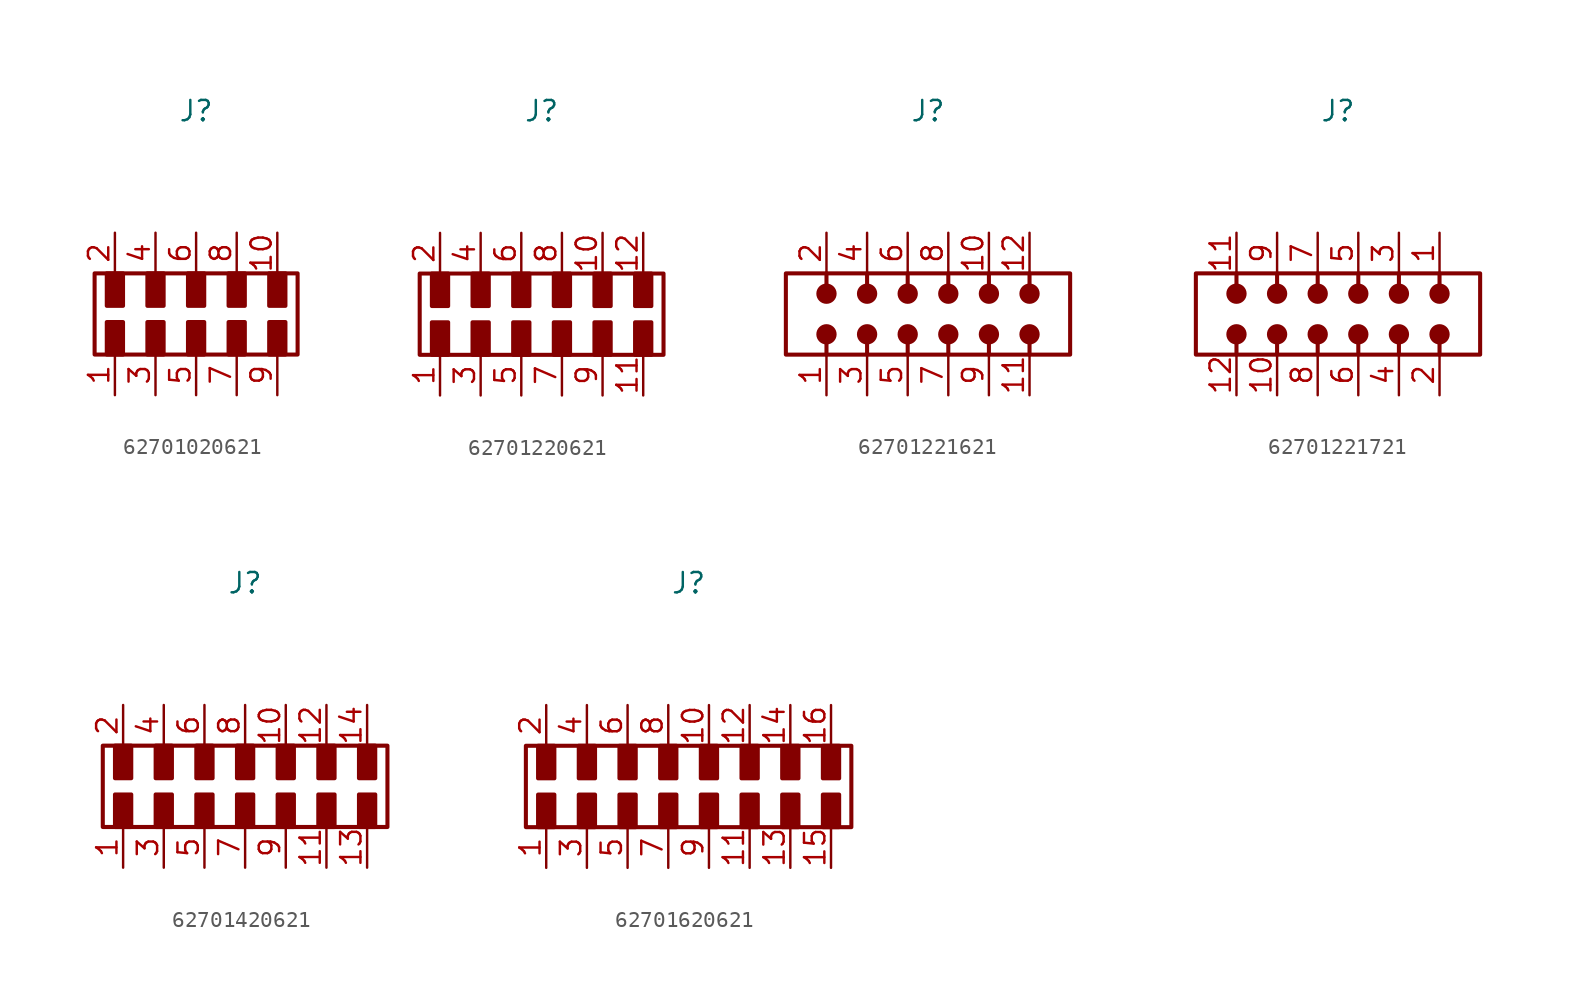
<source format=kicad_sym>
(kicad_symbol_lib
  (version 20241209)
  (generator "kicad_symbol_editor")
  (generator_version "9.0")
  (symbol "62701020621"
    (pin_names
      (hide yes))
    (property "Reference" "J"
      (at 0 12.7 0)
      (effects (font (size 1.27 1.27))))
    (symbol "62701020621_1_1"
      (rectangle (start -6.35 2.54) (end 6.35 -2.54) (stroke (width 0.254) (type solid)) (fill (type none)))
      (rectangle (start -5.588 2.54) (end -4.572 0.508) (stroke (width 0.254) (type solid)) (fill (type outline)))
      (rectangle (start -5.588 -0.508) (end -4.572 -2.54) (stroke (width 0.254) (type solid)) (fill (type outline)))
      (rectangle (start -3.048 2.54) (end -2.032 0.508) (stroke (width 0.254) (type solid)) (fill (type outline)))
      (rectangle (start -3.048 -0.508) (end -2.032 -2.54) (stroke (width 0.254) (type solid)) (fill (type outline)))
      (rectangle (start -0.508 2.54) (end 0.508 0.508) (stroke (width 0.254) (type solid)) (fill (type outline)))
      (rectangle (start -0.508 -0.508) (end 0.508 -2.54) (stroke (width 0.254) (type solid)) (fill (type outline)))
      (rectangle (start 2.032 2.54) (end 3.048 0.508) (stroke (width 0.254) (type solid)) (fill (type outline)))
      (rectangle (start 2.032 -0.508) (end 3.048 -2.54) (stroke (width 0.254) (type solid)) (fill (type outline)))
      (rectangle (start 4.572 2.54) (end 5.588 0.508) (stroke (width 0.254) (type solid)) (fill (type outline)))
      (rectangle (start 4.572 -0.508) (end 5.588 -2.54) (stroke (width 0.254) (type solid)) (fill (type outline)))
      (pin passive line (at -5.08 5.08 270) (length 2.54) (name "2" (effects (font (size 1.27 1.27)))) (number "2" (effects (font (size 1.27 1.27)))))
      (pin passive line (at -5.08 -5.08 90) (length 2.54) (name "1" (effects (font (size 1.27 1.27)))) (number "1" (effects (font (size 1.27 1.27)))))
      (pin passive line (at -2.54 5.08 270) (length 2.54) (name "4" (effects (font (size 1.27 1.27)))) (number "4" (effects (font (size 1.27 1.27)))))
      (pin passive line (at -2.54 -5.08 90) (length 2.54) (name "3" (effects (font (size 1.27 1.27)))) (number "3" (effects (font (size 1.27 1.27)))))
      (pin passive line (at 0 5.08 270) (length 2.54) (name "6" (effects (font (size 1.27 1.27)))) (number "6" (effects (font (size 1.27 1.27)))))
      (pin passive line (at 0 -5.08 90) (length 2.54) (name "5" (effects (font (size 1.27 1.27)))) (number "5" (effects (font (size 1.27 1.27)))))
      (pin passive line (at 2.54 5.08 270) (length 2.54) (name "8" (effects (font (size 1.27 1.27)))) (number "8" (effects (font (size 1.27 1.27)))))
      (pin passive line (at 2.54 -5.08 90) (length 2.54) (name "7" (effects (font (size 1.27 1.27)))) (number "7" (effects (font (size 1.27 1.27)))))
      (pin passive line (at 5.08 5.08 270) (length 2.54) (name "10" (effects (font (size 1.27 1.27)))) (number "10" (effects (font (size 1.27 1.27)))))
      (pin passive line (at 5.08 -5.08 90) (length 2.54) (name "9" (effects (font (size 1.27 1.27)))) (number "9" (effects (font (size 1.27 1.27)))))))
  (symbol "62701220621"
    (pin_names
      (hide yes))
    (property "Reference" "J"
      (at 0 12.7 0)
      (effects (font (size 1.27 1.27))))
    (symbol "62701220621_1_1"
      (rectangle (start -7.62 2.54) (end 7.62 -2.54) (stroke (width 0.254) (type solid)) (fill (type none)))
      (rectangle (start -6.858 2.54) (end -5.842 0.508) (stroke (width 0.254) (type solid)) (fill (type outline)))
      (rectangle (start -6.858 -0.508) (end -5.842 -2.54) (stroke (width 0.254) (type solid)) (fill (type outline)))
      (rectangle (start -4.318 2.54) (end -3.302 0.508) (stroke (width 0.254) (type solid)) (fill (type outline)))
      (rectangle (start -4.318 -0.508) (end -3.302 -2.54) (stroke (width 0.254) (type solid)) (fill (type outline)))
      (rectangle (start -1.778 2.54) (end -0.762 0.508) (stroke (width 0.254) (type solid)) (fill (type outline)))
      (rectangle (start -1.778 -0.508) (end -0.762 -2.54) (stroke (width 0.254) (type solid)) (fill (type outline)))
      (rectangle (start 0.762 2.54) (end 1.778 0.508) (stroke (width 0.254) (type solid)) (fill (type outline)))
      (rectangle (start 0.762 -0.508) (end 1.778 -2.54) (stroke (width 0.254) (type solid)) (fill (type outline)))
      (rectangle (start 3.302 2.54) (end 4.318 0.508) (stroke (width 0.254) (type solid)) (fill (type outline)))
      (rectangle (start 3.302 -0.508) (end 4.318 -2.54) (stroke (width 0.254) (type solid)) (fill (type outline)))
      (rectangle (start 5.842 2.54) (end 6.858 0.508) (stroke (width 0.254) (type solid)) (fill (type outline)))
      (rectangle (start 5.842 -0.508) (end 6.858 -2.54) (stroke (width 0.254) (type solid)) (fill (type outline)))
      (pin passive line (at -6.35 5.08 270) (length 2.54) (name "2" (effects (font (size 1.27 1.27)))) (number "2" (effects (font (size 1.27 1.27)))))
      (pin passive line (at -6.35 -5.08 90) (length 2.54) (name "1" (effects (font (size 1.27 1.27)))) (number "1" (effects (font (size 1.27 1.27)))))
      (pin passive line (at -3.81 5.08 270) (length 2.54) (name "4" (effects (font (size 1.27 1.27)))) (number "4" (effects (font (size 1.27 1.27)))))
      (pin passive line (at -3.81 -5.08 90) (length 2.54) (name "3" (effects (font (size 1.27 1.27)))) (number "3" (effects (font (size 1.27 1.27)))))
      (pin passive line (at -1.27 5.08 270) (length 2.54) (name "6" (effects (font (size 1.27 1.27)))) (number "6" (effects (font (size 1.27 1.27)))))
      (pin passive line (at -1.27 -5.08 90) (length 2.54) (name "5" (effects (font (size 1.27 1.27)))) (number "5" (effects (font (size 1.27 1.27)))))
      (pin passive line (at 1.27 5.08 270) (length 2.54) (name "8" (effects (font (size 1.27 1.27)))) (number "8" (effects (font (size 1.27 1.27)))))
      (pin passive line (at 1.27 -5.08 90) (length 2.54) (name "7" (effects (font (size 1.27 1.27)))) (number "7" (effects (font (size 1.27 1.27)))))
      (pin passive line (at 3.81 5.08 270) (length 2.54) (name "10" (effects (font (size 1.27 1.27)))) (number "10" (effects (font (size 1.27 1.27)))))
      (pin passive line (at 3.81 -5.08 90) (length 2.54) (name "9" (effects (font (size 1.27 1.27)))) (number "9" (effects (font (size 1.27 1.27)))))
      (pin passive line (at 6.35 5.08 270) (length 2.54) (name "12" (effects (font (size 1.27 1.27)))) (number "12" (effects (font (size 1.27 1.27)))))
      (pin passive line (at 6.35 -5.08 90) (length 2.54) (name "11" (effects (font (size 1.27 1.27)))) (number "11" (effects (font (size 1.27 1.27)))))))
  (symbol "62701221621"
    (pin_names
      (hide yes))
    (property "Reference" "J"
      (at 0 12.7 0)
      (effects (font (size 1.27 1.27))))
    (symbol "62701221621_1_1"
      (polyline (pts (xy -6.35 1.778) (xy -6.35 2.54)) (stroke (width 0.254) (type solid)) (fill (type none)))
      (circle (center -6.35 1.27) (radius 0.508) (stroke (width 0.254) (type solid)) (fill (type outline)))
      (circle (center -6.35 -1.27) (radius 0.508) (stroke (width 0.254) (type solid)) (fill (type outline)))
      (polyline (pts (xy -6.35 -1.778) (xy -6.35 -2.54)) (stroke (width 0.254) (type solid)) (fill (type none)))
      (polyline (pts (xy -3.81 1.778) (xy -3.81 2.54)) (stroke (width 0.254) (type solid)) (fill (type none)))
      (circle (center -3.81 1.27) (radius 0.508) (stroke (width 0.254) (type solid)) (fill (type outline)))
      (circle (center -3.81 -1.27) (radius 0.508) (stroke (width 0.254) (type solid)) (fill (type outline)))
      (polyline (pts (xy -3.81 -1.778) (xy -3.81 -2.54)) (stroke (width 0.254) (type solid)) (fill (type none)))
      (polyline (pts (xy -1.27 1.778) (xy -1.27 2.54)) (stroke (width 0.254) (type solid)) (fill (type none)))
      (circle (center -1.27 1.27) (radius 0.508) (stroke (width 0.254) (type solid)) (fill (type outline)))
      (circle (center -1.27 -1.27) (radius 0.508) (stroke (width 0.254) (type solid)) (fill (type outline)))
      (polyline (pts (xy -1.27 -1.778) (xy -1.27 -2.54)) (stroke (width 0.254) (type solid)) (fill (type none)))
      (polyline (pts (xy 1.27 1.778) (xy 1.27 2.54)) (stroke (width 0.254) (type solid)) (fill (type none)))
      (circle (center 1.27 1.27) (radius 0.508) (stroke (width 0.254) (type solid)) (fill (type outline)))
      (circle (center 1.27 -1.27) (radius 0.508) (stroke (width 0.254) (type solid)) (fill (type outline)))
      (polyline (pts (xy 1.27 -1.778) (xy 1.27 -2.54)) (stroke (width 0.254) (type solid)) (fill (type none)))
      (polyline (pts (xy 3.81 1.778) (xy 3.81 2.54)) (stroke (width 0.254) (type solid)) (fill (type none)))
      (circle (center 3.81 1.27) (radius 0.508) (stroke (width 0.254) (type solid)) (fill (type outline)))
      (circle (center 3.81 -1.27) (radius 0.508) (stroke (width 0.254) (type solid)) (fill (type outline)))
      (polyline (pts (xy 3.81 -1.778) (xy 3.81 -2.54)) (stroke (width 0.254) (type solid)) (fill (type none)))
      (polyline (pts (xy 6.35 1.778) (xy 6.35 2.54)) (stroke (width 0.254) (type solid)) (fill (type none)))
      (circle (center 6.35 1.27) (radius 0.508) (stroke (width 0.254) (type solid)) (fill (type outline)))
      (circle (center 6.35 -1.27) (radius 0.508) (stroke (width 0.254) (type solid)) (fill (type outline)))
      (polyline (pts (xy 6.35 -1.778) (xy 6.35 -2.54)) (stroke (width 0.254) (type solid)) (fill (type none)))
      (rectangle (start 8.89 -2.54) (end -8.89 2.54) (stroke (width 0.254) (type solid)) (fill (type none)))
      (pin passive line (at -6.35 5.08 270) (length 2.54) (name "2" (effects (font (size 1.27 1.27)))) (number "2" (effects (font (size 1.27 1.27)))))
      (pin passive line (at -6.35 -5.08 90) (length 2.54) (name "1" (effects (font (size 1.27 1.27)))) (number "1" (effects (font (size 1.27 1.27)))))
      (pin passive line (at -3.81 5.08 270) (length 2.54) (name "4" (effects (font (size 1.27 1.27)))) (number "4" (effects (font (size 1.27 1.27)))))
      (pin passive line (at -3.81 -5.08 90) (length 2.54) (name "3" (effects (font (size 1.27 1.27)))) (number "3" (effects (font (size 1.27 1.27)))))
      (pin passive line (at -1.27 5.08 270) (length 2.54) (name "6" (effects (font (size 1.27 1.27)))) (number "6" (effects (font (size 1.27 1.27)))))
      (pin passive line (at -1.27 -5.08 90) (length 2.54) (name "5" (effects (font (size 1.27 1.27)))) (number "5" (effects (font (size 1.27 1.27)))))
      (pin passive line (at 1.27 5.08 270) (length 2.54) (name "8" (effects (font (size 1.27 1.27)))) (number "8" (effects (font (size 1.27 1.27)))))
      (pin passive line (at 1.27 -5.08 90) (length 2.54) (name "7" (effects (font (size 1.27 1.27)))) (number "7" (effects (font (size 1.27 1.27)))))
      (pin passive line (at 3.81 5.08 270) (length 2.54) (name "10" (effects (font (size 1.27 1.27)))) (number "10" (effects (font (size 1.27 1.27)))))
      (pin passive line (at 3.81 -5.08 90) (length 2.54) (name "9" (effects (font (size 1.27 1.27)))) (number "9" (effects (font (size 1.27 1.27)))))
      (pin passive line (at 6.35 5.08 270) (length 2.54) (name "12" (effects (font (size 1.27 1.27)))) (number "12" (effects (font (size 1.27 1.27)))))
      (pin passive line (at 6.35 -5.08 90) (length 2.54) (name "11" (effects (font (size 1.27 1.27)))) (number "11" (effects (font (size 1.27 1.27)))))))
  (symbol "62701221721"
    (pin_names
      (hide yes))
    (property "Reference" "J"
      (at 0 12.7 0)
      (effects (font (size 1.27 1.27))))
    (symbol "62701221721_1_1"
      (rectangle (start -8.89 2.54) (end 8.89 -2.54) (stroke (width 0.254) (type solid)) (fill (type none)))
      (polyline (pts (xy -6.35 1.778) (xy -6.35 2.54)) (stroke (width 0.254) (type solid)) (fill (type none)))
      (circle (center -6.35 1.27) (radius 0.508) (stroke (width 0.254) (type solid)) (fill (type outline)))
      (circle (center -6.35 -1.27) (radius 0.508) (stroke (width 0.254) (type solid)) (fill (type outline)))
      (polyline (pts (xy -6.35 -1.778) (xy -6.35 -2.54)) (stroke (width 0.254) (type solid)) (fill (type none)))
      (polyline (pts (xy -3.81 1.778) (xy -3.81 2.54)) (stroke (width 0.254) (type solid)) (fill (type none)))
      (circle (center -3.81 1.27) (radius 0.508) (stroke (width 0.254) (type solid)) (fill (type outline)))
      (circle (center -3.81 -1.27) (radius 0.508) (stroke (width 0.254) (type solid)) (fill (type outline)))
      (polyline (pts (xy -3.81 -1.778) (xy -3.81 -2.54)) (stroke (width 0.254) (type solid)) (fill (type none)))
      (polyline (pts (xy -1.27 1.778) (xy -1.27 2.54)) (stroke (width 0.254) (type solid)) (fill (type none)))
      (circle (center -1.27 1.27) (radius 0.508) (stroke (width 0.254) (type solid)) (fill (type outline)))
      (circle (center -1.27 -1.27) (radius 0.508) (stroke (width 0.254) (type solid)) (fill (type outline)))
      (polyline (pts (xy -1.27 -1.778) (xy -1.27 -2.54)) (stroke (width 0.254) (type solid)) (fill (type none)))
      (polyline (pts (xy 1.27 1.778) (xy 1.27 2.54)) (stroke (width 0.254) (type solid)) (fill (type none)))
      (circle (center 1.27 1.27) (radius 0.508) (stroke (width 0.254) (type solid)) (fill (type outline)))
      (circle (center 1.27 -1.27) (radius 0.508) (stroke (width 0.254) (type solid)) (fill (type outline)))
      (polyline (pts (xy 1.27 -1.778) (xy 1.27 -2.54)) (stroke (width 0.254) (type solid)) (fill (type none)))
      (polyline (pts (xy 3.81 1.778) (xy 3.81 2.54)) (stroke (width 0.254) (type solid)) (fill (type none)))
      (circle (center 3.81 1.27) (radius 0.508) (stroke (width 0.254) (type solid)) (fill (type outline)))
      (circle (center 3.81 -1.27) (radius 0.508) (stroke (width 0.254) (type solid)) (fill (type outline)))
      (polyline (pts (xy 3.81 -1.778) (xy 3.81 -2.54)) (stroke (width 0.254) (type solid)) (fill (type none)))
      (polyline (pts (xy 6.35 1.778) (xy 6.35 2.54)) (stroke (width 0.254) (type solid)) (fill (type none)))
      (circle (center 6.35 1.27) (radius 0.508) (stroke (width 0.254) (type solid)) (fill (type outline)))
      (circle (center 6.35 -1.27) (radius 0.508) (stroke (width 0.254) (type solid)) (fill (type outline)))
      (polyline (pts (xy 6.35 -1.778) (xy 6.35 -2.54)) (stroke (width 0.254) (type solid)) (fill (type none)))
      (pin passive line (at -6.35 5.08 270) (length 2.54) (name "11" (effects (font (size 1.27 1.27)))) (number "11" (effects (font (size 1.27 1.27)))))
      (pin passive line (at -6.35 -5.08 90) (length 2.54) (name "12" (effects (font (size 1.27 1.27)))) (number "12" (effects (font (size 1.27 1.27)))))
      (pin passive line (at -3.81 5.08 270) (length 2.54) (name "9" (effects (font (size 1.27 1.27)))) (number "9" (effects (font (size 1.27 1.27)))))
      (pin passive line (at -3.81 -5.08 90) (length 2.54) (name "10" (effects (font (size 1.27 1.27)))) (number "10" (effects (font (size 1.27 1.27)))))
      (pin passive line (at -1.27 5.08 270) (length 2.54) (name "7" (effects (font (size 1.27 1.27)))) (number "7" (effects (font (size 1.27 1.27)))))
      (pin passive line (at -1.27 -5.08 90) (length 2.54) (name "8" (effects (font (size 1.27 1.27)))) (number "8" (effects (font (size 1.27 1.27)))))
      (pin passive line (at 1.27 5.08 270) (length 2.54) (name "5" (effects (font (size 1.27 1.27)))) (number "5" (effects (font (size 1.27 1.27)))))
      (pin passive line (at 1.27 -5.08 90) (length 2.54) (name "6" (effects (font (size 1.27 1.27)))) (number "6" (effects (font (size 1.27 1.27)))))
      (pin passive line (at 3.81 5.08 270) (length 2.54) (name "3" (effects (font (size 1.27 1.27)))) (number "3" (effects (font (size 1.27 1.27)))))
      (pin passive line (at 3.81 -5.08 90) (length 2.54) (name "4" (effects (font (size 1.27 1.27)))) (number "4" (effects (font (size 1.27 1.27)))))
      (pin passive line (at 6.35 5.08 270) (length 2.54) (name "1" (effects (font (size 1.27 1.27)))) (number "1" (effects (font (size 1.27 1.27)))))
      (pin passive line (at 6.35 -5.08 90) (length 2.54) (name "2" (effects (font (size 1.27 1.27)))) (number "2" (effects (font (size 1.27 1.27)))))))
  (symbol "62701420621"
    (pin_names
      (hide yes))
    (property "Reference" "J"
      (at 0 12.7 0)
      (effects (font (size 1.27 1.27))))
    (symbol "62701420621_1_1"
      (rectangle (start -8.89 2.54) (end 8.89 -2.54) (stroke (width 0.254) (type solid)) (fill (type none)))
      (rectangle (start -8.128 2.54) (end -7.112 0.508) (stroke (width 0.254) (type solid)) (fill (type outline)))
      (rectangle (start -8.128 -0.508) (end -7.112 -2.54) (stroke (width 0.254) (type solid)) (fill (type outline)))
      (rectangle (start -5.588 2.54) (end -4.572 0.508) (stroke (width 0.254) (type solid)) (fill (type outline)))
      (rectangle (start -5.588 -0.508) (end -4.572 -2.54) (stroke (width 0.254) (type solid)) (fill (type outline)))
      (rectangle (start -3.048 2.54) (end -2.032 0.508) (stroke (width 0.254) (type solid)) (fill (type outline)))
      (rectangle (start -3.048 -0.508) (end -2.032 -2.54) (stroke (width 0.254) (type solid)) (fill (type outline)))
      (rectangle (start -0.508 2.54) (end 0.508 0.508) (stroke (width 0.254) (type solid)) (fill (type outline)))
      (rectangle (start -0.508 -0.508) (end 0.508 -2.54) (stroke (width 0.254) (type solid)) (fill (type outline)))
      (rectangle (start 2.032 2.54) (end 3.048 0.508) (stroke (width 0.254) (type solid)) (fill (type outline)))
      (rectangle (start 2.032 -0.508) (end 3.048 -2.54) (stroke (width 0.254) (type solid)) (fill (type outline)))
      (rectangle (start 4.572 2.54) (end 5.588 0.508) (stroke (width 0.254) (type solid)) (fill (type outline)))
      (rectangle (start 4.572 -0.508) (end 5.588 -2.54) (stroke (width 0.254) (type solid)) (fill (type outline)))
      (rectangle (start 7.112 2.54) (end 8.128 0.508) (stroke (width 0.254) (type solid)) (fill (type outline)))
      (rectangle (start 7.112 -0.508) (end 8.128 -2.54) (stroke (width 0.254) (type solid)) (fill (type outline)))
      (pin passive line (at -7.62 5.08 270) (length 2.54) (name "2" (effects (font (size 1.27 1.27)))) (number "2" (effects (font (size 1.27 1.27)))))
      (pin passive line (at -7.62 -5.08 90) (length 2.54) (name "1" (effects (font (size 1.27 1.27)))) (number "1" (effects (font (size 1.27 1.27)))))
      (pin passive line (at -5.08 5.08 270) (length 2.54) (name "4" (effects (font (size 1.27 1.27)))) (number "4" (effects (font (size 1.27 1.27)))))
      (pin passive line (at -5.08 -5.08 90) (length 2.54) (name "3" (effects (font (size 1.27 1.27)))) (number "3" (effects (font (size 1.27 1.27)))))
      (pin passive line (at -2.54 5.08 270) (length 2.54) (name "6" (effects (font (size 1.27 1.27)))) (number "6" (effects (font (size 1.27 1.27)))))
      (pin passive line (at -2.54 -5.08 90) (length 2.54) (name "5" (effects (font (size 1.27 1.27)))) (number "5" (effects (font (size 1.27 1.27)))))
      (pin passive line (at 0 5.08 270) (length 2.54) (name "8" (effects (font (size 1.27 1.27)))) (number "8" (effects (font (size 1.27 1.27)))))
      (pin passive line (at 0 -5.08 90) (length 2.54) (name "7" (effects (font (size 1.27 1.27)))) (number "7" (effects (font (size 1.27 1.27)))))
      (pin passive line (at 2.54 5.08 270) (length 2.54) (name "10" (effects (font (size 1.27 1.27)))) (number "10" (effects (font (size 1.27 1.27)))))
      (pin passive line (at 2.54 -5.08 90) (length 2.54) (name "9" (effects (font (size 1.27 1.27)))) (number "9" (effects (font (size 1.27 1.27)))))
      (pin passive line (at 5.08 5.08 270) (length 2.54) (name "12" (effects (font (size 1.27 1.27)))) (number "12" (effects (font (size 1.27 1.27)))))
      (pin passive line (at 5.08 -5.08 90) (length 2.54) (name "11" (effects (font (size 1.27 1.27)))) (number "11" (effects (font (size 1.27 1.27)))))
      (pin passive line (at 7.62 5.08 270) (length 2.54) (name "14" (effects (font (size 1.27 1.27)))) (number "14" (effects (font (size 1.27 1.27)))))
      (pin passive line (at 7.62 -5.08 90) (length 2.54) (name "13" (effects (font (size 1.27 1.27)))) (number "13" (effects (font (size 1.27 1.27)))))))
  (symbol "62701620621"
    (pin_names
      (hide yes))
    (property "Reference" "J"
      (at 0 12.7 0)
      (effects (font (size 1.27 1.27))))
    (symbol "62701620621_1_1"
      (rectangle (start -10.16 2.54) (end 10.16 -2.54) (stroke (width 0.254) (type solid)) (fill (type none)))
      (rectangle (start -9.398 2.54) (end -8.382 0.508) (stroke (width 0.254) (type solid)) (fill (type outline)))
      (rectangle (start -9.398 -0.508) (end -8.382 -2.54) (stroke (width 0.254) (type solid)) (fill (type outline)))
      (rectangle (start -6.858 2.54) (end -5.842 0.508) (stroke (width 0.254) (type solid)) (fill (type outline)))
      (rectangle (start -6.858 -0.508) (end -5.842 -2.54) (stroke (width 0.254) (type solid)) (fill (type outline)))
      (rectangle (start -4.318 2.54) (end -3.302 0.508) (stroke (width 0.254) (type solid)) (fill (type outline)))
      (rectangle (start -4.318 -0.508) (end -3.302 -2.54) (stroke (width 0.254) (type solid)) (fill (type outline)))
      (rectangle (start -1.778 2.54) (end -0.762 0.508) (stroke (width 0.254) (type solid)) (fill (type outline)))
      (rectangle (start -1.778 -0.508) (end -0.762 -2.54) (stroke (width 0.254) (type solid)) (fill (type outline)))
      (rectangle (start 0.762 2.54) (end 1.778 0.508) (stroke (width 0.254) (type solid)) (fill (type outline)))
      (rectangle (start 0.762 -0.508) (end 1.778 -2.54) (stroke (width 0.254) (type solid)) (fill (type outline)))
      (rectangle (start 3.302 2.54) (end 4.318 0.508) (stroke (width 0.254) (type solid)) (fill (type outline)))
      (rectangle (start 3.302 -0.508) (end 4.318 -2.54) (stroke (width 0.254) (type solid)) (fill (type outline)))
      (rectangle (start 5.842 2.54) (end 6.858 0.508) (stroke (width 0.254) (type solid)) (fill (type outline)))
      (rectangle (start 5.842 -0.508) (end 6.858 -2.54) (stroke (width 0.254) (type solid)) (fill (type outline)))
      (rectangle (start 8.382 2.54) (end 9.398 0.508) (stroke (width 0.254) (type solid)) (fill (type outline)))
      (rectangle (start 8.382 -0.508) (end 9.398 -2.54) (stroke (width 0.254) (type solid)) (fill (type outline)))
      (pin passive line (at -8.89 5.08 270) (length 2.54) (name "2" (effects (font (size 1.27 1.27)))) (number "2" (effects (font (size 1.27 1.27)))))
      (pin passive line (at -8.89 -5.08 90) (length 2.54) (name "1" (effects (font (size 1.27 1.27)))) (number "1" (effects (font (size 1.27 1.27)))))
      (pin passive line (at -6.35 5.08 270) (length 2.54) (name "4" (effects (font (size 1.27 1.27)))) (number "4" (effects (font (size 1.27 1.27)))))
      (pin passive line (at -6.35 -5.08 90) (length 2.54) (name "3" (effects (font (size 1.27 1.27)))) (number "3" (effects (font (size 1.27 1.27)))))
      (pin passive line (at -3.81 5.08 270) (length 2.54) (name "6" (effects (font (size 1.27 1.27)))) (number "6" (effects (font (size 1.27 1.27)))))
      (pin passive line (at -3.81 -5.08 90) (length 2.54) (name "5" (effects (font (size 1.27 1.27)))) (number "5" (effects (font (size 1.27 1.27)))))
      (pin passive line (at -1.27 5.08 270) (length 2.54) (name "8" (effects (font (size 1.27 1.27)))) (number "8" (effects (font (size 1.27 1.27)))))
      (pin passive line (at -1.27 -5.08 90) (length 2.54) (name "7" (effects (font (size 1.27 1.27)))) (number "7" (effects (font (size 1.27 1.27)))))
      (pin passive line (at 1.27 5.08 270) (length 2.54) (name "10" (effects (font (size 1.27 1.27)))) (number "10" (effects (font (size 1.27 1.27)))))
      (pin passive line (at 1.27 -5.08 90) (length 2.54) (name "9" (effects (font (size 1.27 1.27)))) (number "9" (effects (font (size 1.27 1.27)))))
      (pin passive line (at 3.81 5.08 270) (length 2.54) (name "12" (effects (font (size 1.27 1.27)))) (number "12" (effects (font (size 1.27 1.27)))))
      (pin passive line (at 3.81 -5.08 90) (length 2.54) (name "11" (effects (font (size 1.27 1.27)))) (number "11" (effects (font (size 1.27 1.27)))))
      (pin passive line (at 6.35 5.08 270) (length 2.54) (name "14" (effects (font (size 1.27 1.27)))) (number "14" (effects (font (size 1.27 1.27)))))
      (pin passive line (at 6.35 -5.08 90) (length 2.54) (name "13" (effects (font (size 1.27 1.27)))) (number "13" (effects (font (size 1.27 1.27)))))
      (pin passive line (at 8.89 5.08 270) (length 2.54) (name "16" (effects (font (size 1.27 1.27)))) (number "16" (effects (font (size 1.27 1.27)))))
      (pin passive line (at 8.89 -5.08 90) (length 2.54) (name "15" (effects (font (size 1.27 1.27)))) (number "15" (effects (font (size 1.27 1.27))))))))
</source>
